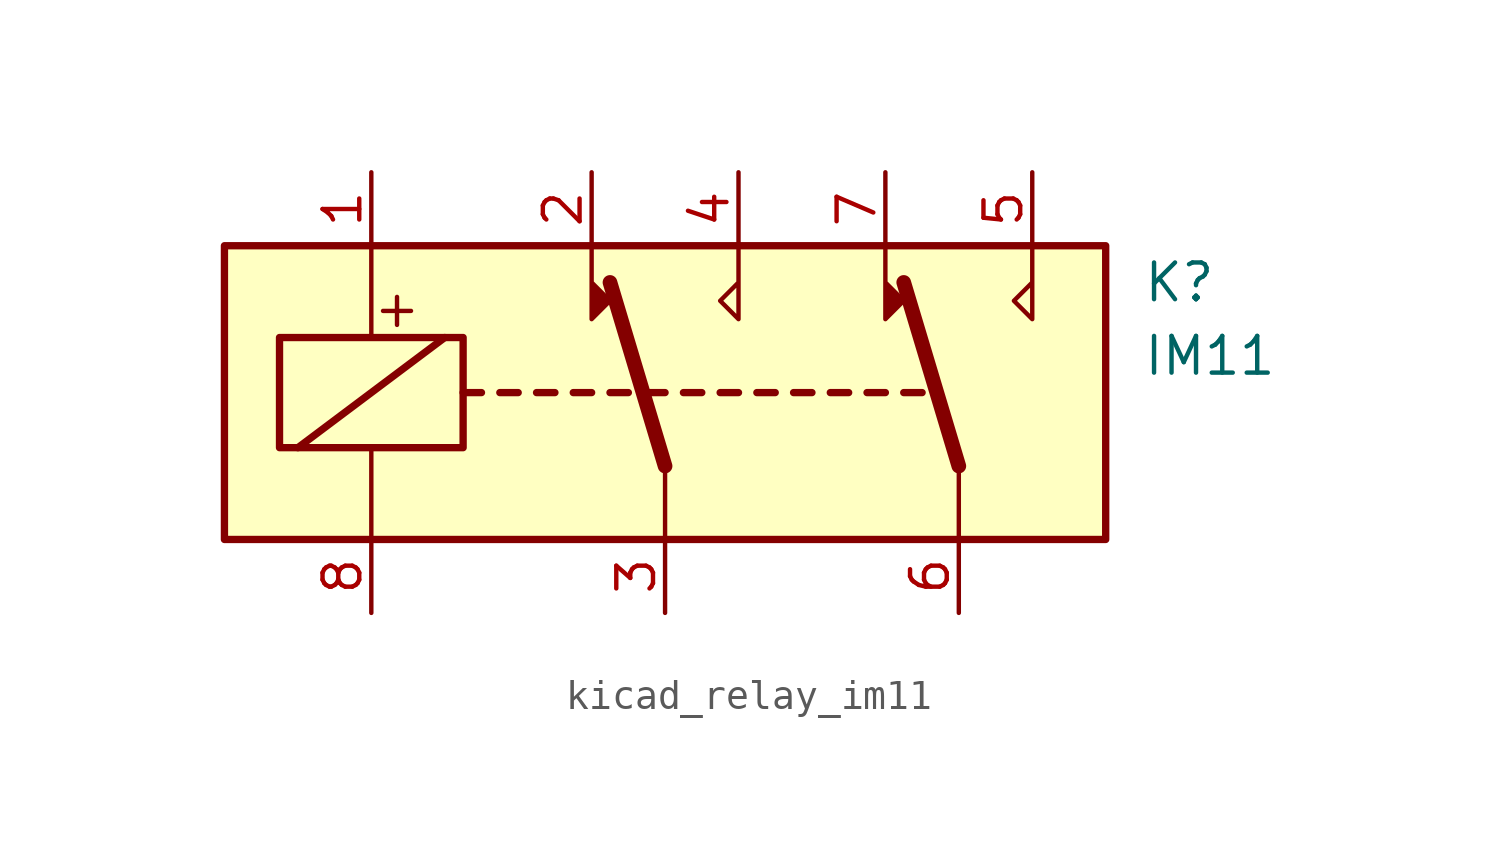
<source format=kicad_sym>
(kicad_symbol_lib
  (version 20220914)
  (generator kicad_symbol_editor)
  (symbol "kicad_relay_im11"
    (property "Reference" "K"
      (at 16.51 3.81 0)
      (effects (font (size 1.27 1.27)) (justify left)))
    (property "Value" "IM11"
      (at 16.51 1.27 0)
      (effects (font (size 1.27 1.27)) (justify left)))
    (symbol "kicad_relay_im11_0_0"
      (text "+" (at -9.271 2.921 0) (effects (font (size 1.27 1.27)))))
    (symbol "kicad_relay_im11_0_1"
      (rectangle (start -15.24 5.08) (end 15.24 -5.08) (stroke (width 0.254) (type default)) (fill (type background)))
      (rectangle (start -13.335 1.905) (end -6.985 -1.905) (stroke (width 0.254) (type default)) (fill (type none)))
      (polyline (pts (xy -12.7 -1.905) (xy -7.62 1.905)) (stroke (width 0.254) (type default)) (fill (type none)))
      (polyline (pts (xy -10.16 -5.08) (xy -10.16 -1.905)) (stroke (width 0) (type default)) (fill (type none)))
      (polyline (pts (xy -10.16 5.08) (xy -10.16 1.905)) (stroke (width 0) (type default)) (fill (type none)))
      (polyline (pts (xy -6.985 0) (xy -6.35 0)) (stroke (width 0.254) (type default)) (fill (type none)))
      (polyline (pts (xy -5.715 0) (xy -5.08 0)) (stroke (width 0.254) (type default)) (fill (type none)))
      (polyline (pts (xy -4.445 0) (xy -3.81 0)) (stroke (width 0.254) (type default)) (fill (type none)))
      (polyline (pts (xy -3.175 0) (xy -2.54 0)) (stroke (width 0.254) (type default)) (fill (type none)))
      (polyline (pts (xy -1.905 0) (xy -1.27 0)) (stroke (width 0.254) (type default)) (fill (type none)))
      (polyline (pts (xy -0.635 0) (xy 0 0)) (stroke (width 0.254) (type default)) (fill (type none)))
      (polyline (pts (xy 0 -2.54) (xy -1.905 3.81)) (stroke (width 0.508) (type default)) (fill (type none)))
      (polyline (pts (xy 0 -2.54) (xy 0 -5.08)) (stroke (width 0) (type default)) (fill (type none)))
      (polyline (pts (xy 0.635 0) (xy 1.27 0)) (stroke (width 0.254) (type default)) (fill (type none)))
      (polyline (pts (xy 1.905 0) (xy 2.54 0)) (stroke (width 0.254) (type default)) (fill (type none)))
      (polyline (pts (xy 3.175 0) (xy 3.81 0)) (stroke (width 0.254) (type default)) (fill (type none)))
      (polyline (pts (xy 4.445 0) (xy 5.08 0)) (stroke (width 0.254) (type default)) (fill (type none)))
      (polyline (pts (xy 5.715 0) (xy 6.35 0)) (stroke (width 0.254) (type default)) (fill (type none)))
      (polyline (pts (xy 6.985 0) (xy 7.62 0)) (stroke (width 0.254) (type default)) (fill (type none)))
      (polyline (pts (xy 8.255 0) (xy 8.89 0)) (stroke (width 0.254) (type default)) (fill (type none)))
      (polyline (pts (xy 10.16 -2.54) (xy 8.255 3.81)) (stroke (width 0.508) (type default)) (fill (type none)))
      (polyline (pts (xy 10.16 -2.54) (xy 10.16 -5.08)) (stroke (width 0) (type default)) (fill (type none)))
      (polyline (pts (xy -2.54 5.08) (xy -2.54 2.54) (xy -1.905 3.175) (xy -2.54 3.81)) (stroke (width 0) (type default)) (fill (type outline)))
      (polyline (pts (xy 2.54 5.08) (xy 2.54 2.54) (xy 1.905 3.175) (xy 2.54 3.81)) (stroke (width 0) (type default)) (fill (type none)))
      (polyline (pts (xy 7.62 5.08) (xy 7.62 2.54) (xy 8.255 3.175) (xy 7.62 3.81)) (stroke (width 0) (type default)) (fill (type outline)))
      (polyline (pts (xy 12.7 5.08) (xy 12.7 2.54) (xy 12.065 3.175) (xy 12.7 3.81)) (stroke (width 0) (type default)) (fill (type none))))
    (symbol "kicad_relay_im11_1_1"
      (pin passive line (at -10.16 7.62 270) (length 2.54) (name "~" (effects (font (size 1.27 1.27)))) (number "1" (effects (font (size 1.27 1.27)))))
      (pin passive line (at -2.54 7.62 270) (length 2.54) (name "~" (effects (font (size 1.27 1.27)))) (number "2" (effects (font (size 1.27 1.27)))))
      (pin passive line (at 0 -7.62 90) (length 2.54) (name "~" (effects (font (size 1.27 1.27)))) (number "3" (effects (font (size 1.27 1.27)))))
      (pin passive line (at 2.54 7.62 270) (length 2.54) (name "~" (effects (font (size 1.27 1.27)))) (number "4" (effects (font (size 1.27 1.27)))))
      (pin passive line (at 12.7 7.62 270) (length 2.54) (name "~" (effects (font (size 1.27 1.27)))) (number "5" (effects (font (size 1.27 1.27)))))
      (pin passive line (at 10.16 -7.62 90) (length 2.54) (name "~" (effects (font (size 1.27 1.27)))) (number "6" (effects (font (size 1.27 1.27)))))
      (pin passive line (at 7.62 7.62 270) (length 2.54) (name "~" (effects (font (size 1.27 1.27)))) (number "7" (effects (font (size 1.27 1.27)))))
      (pin passive line (at -10.16 -7.62 90) (length 2.54) (name "~" (effects (font (size 1.27 1.27)))) (number "8" (effects (font (size 1.27 1.27))))))))
</source>
